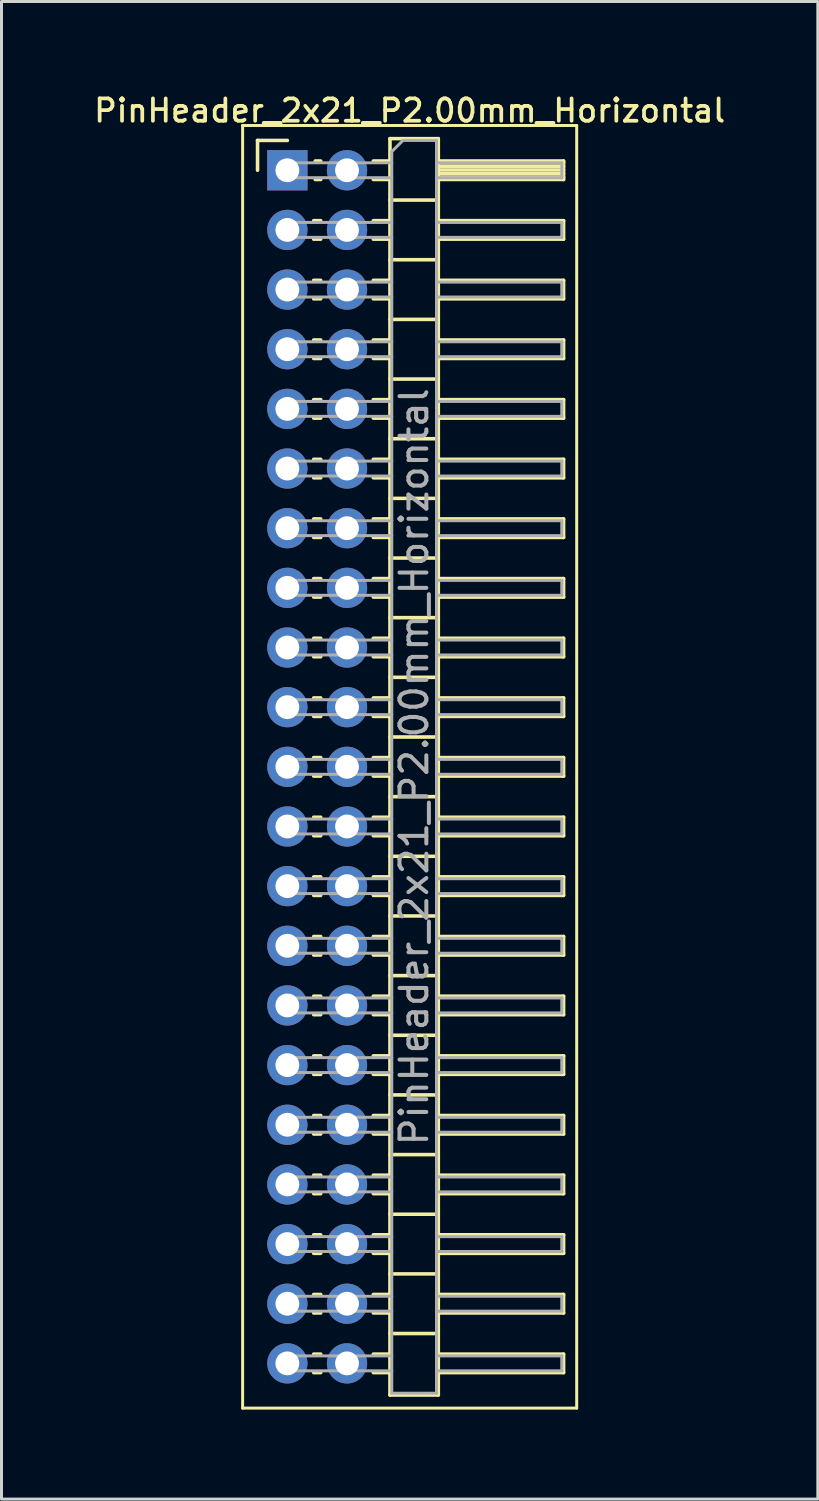
<source format=kicad_pcb>
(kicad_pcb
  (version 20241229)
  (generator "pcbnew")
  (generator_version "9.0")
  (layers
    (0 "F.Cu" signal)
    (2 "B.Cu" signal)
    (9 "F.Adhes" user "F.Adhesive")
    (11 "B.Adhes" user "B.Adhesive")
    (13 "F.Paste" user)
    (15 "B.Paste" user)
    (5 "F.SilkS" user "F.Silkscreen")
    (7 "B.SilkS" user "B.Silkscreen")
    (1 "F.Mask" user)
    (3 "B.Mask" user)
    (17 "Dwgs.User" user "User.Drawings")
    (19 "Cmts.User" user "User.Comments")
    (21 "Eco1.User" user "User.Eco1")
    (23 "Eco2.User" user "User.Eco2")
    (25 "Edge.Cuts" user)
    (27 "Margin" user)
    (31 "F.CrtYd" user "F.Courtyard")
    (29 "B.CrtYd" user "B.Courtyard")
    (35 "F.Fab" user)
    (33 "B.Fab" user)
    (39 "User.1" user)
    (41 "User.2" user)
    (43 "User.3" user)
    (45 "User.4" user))
  (footprint "PinHeader_2x21_P2.00mm_Horizontal"
    (layer "F.Cu")
    (at 6.584 2.658)
    (property "Reference" "PinHeader_2x21_P2.00mm_Horizontal" (at 4.1 -2 0) (layer "F.SilkS") (effects (font (size 0.75 0.75) (thickness 0.125))))
    (attr through_hole)
    (fp_line (start -1.5 -1.5) (end -1.5 41.5) (stroke (width 0.1) (type solid)) (layer "F.SilkS"))
    (fp_line (start -1.5 41.5) (end 9.7 41.5) (stroke (width 0.1) (type solid)) (layer "F.SilkS"))
    (fp_line (start -1 -1) (end 0 -1) (stroke (width 0.12) (type solid)) (layer "F.SilkS"))
    (fp_line (start -1 0) (end -1 -1) (stroke (width 0.12) (type solid)) (layer "F.SilkS"))
    (fp_line (start 0.882 1.69) (end 1.118 1.69) (stroke (width 0.12) (type solid)) (layer "F.SilkS"))
    (fp_line (start 0.882 2.31) (end 1.118 2.31) (stroke (width 0.12) (type solid)) (layer "F.SilkS"))
    (fp_line (start 0.882 3.69) (end 1.118 3.69) (stroke (width 0.12) (type solid)) (layer "F.SilkS"))
    (fp_line (start 0.882 4.31) (end 1.118 4.31) (stroke (width 0.12) (type solid)) (layer "F.SilkS"))
    (fp_line (start 0.882 5.69) (end 1.118 5.69) (stroke (width 0.12) (type solid)) (layer "F.SilkS"))
    (fp_line (start 0.882 6.31) (end 1.118 6.31) (stroke (width 0.12) (type solid)) (layer "F.SilkS"))
    (fp_line (start 0.882 7.69) (end 1.118 7.69) (stroke (width 0.12) (type solid)) (layer "F.SilkS"))
    (fp_line (start 0.882 8.31) (end 1.118 8.31) (stroke (width 0.12) (type solid)) (layer "F.SilkS"))
    (fp_line (start 0.882 9.69) (end 1.118 9.69) (stroke (width 0.12) (type solid)) (layer "F.SilkS"))
    (fp_line (start 0.882 10.31) (end 1.118 10.31) (stroke (width 0.12) (type solid)) (layer "F.SilkS"))
    (fp_line (start 0.882 11.69) (end 1.118 11.69) (stroke (width 0.12) (type solid)) (layer "F.SilkS"))
    (fp_line (start 0.882 12.31) (end 1.118 12.31) (stroke (width 0.12) (type solid)) (layer "F.SilkS"))
    (fp_line (start 0.882 13.69) (end 1.118 13.69) (stroke (width 0.12) (type solid)) (layer "F.SilkS"))
    (fp_line (start 0.882 14.31) (end 1.118 14.31) (stroke (width 0.12) (type solid)) (layer "F.SilkS"))
    (fp_line (start 0.882 15.69) (end 1.118 15.69) (stroke (width 0.12) (type solid)) (layer "F.SilkS"))
    (fp_line (start 0.882 16.31) (end 1.118 16.31) (stroke (width 0.12) (type solid)) (layer "F.SilkS"))
    (fp_line (start 0.882 17.69) (end 1.118 17.69) (stroke (width 0.12) (type solid)) (layer "F.SilkS"))
    (fp_line (start 0.882 18.31) (end 1.118 18.31) (stroke (width 0.12) (type solid)) (layer "F.SilkS"))
    (fp_line (start 0.882 19.69) (end 1.118 19.69) (stroke (width 0.12) (type solid)) (layer "F.SilkS"))
    (fp_line (start 0.882 20.31) (end 1.118 20.31) (stroke (width 0.12) (type solid)) (layer "F.SilkS"))
    (fp_line (start 0.882 21.69) (end 1.118 21.69) (stroke (width 0.12) (type solid)) (layer "F.SilkS"))
    (fp_line (start 0.882 22.31) (end 1.118 22.31) (stroke (width 0.12) (type solid)) (layer "F.SilkS"))
    (fp_line (start 0.882 23.69) (end 1.118 23.69) (stroke (width 0.12) (type solid)) (layer "F.SilkS"))
    (fp_line (start 0.882 24.31) (end 1.118 24.31) (stroke (width 0.12) (type solid)) (layer "F.SilkS"))
    (fp_line (start 0.882 25.69) (end 1.118 25.69) (stroke (width 0.12) (type solid)) (layer "F.SilkS"))
    (fp_line (start 0.882 26.31) (end 1.118 26.31) (stroke (width 0.12) (type solid)) (layer "F.SilkS"))
    (fp_line (start 0.882 27.69) (end 1.118 27.69) (stroke (width 0.12) (type solid)) (layer "F.SilkS"))
    (fp_line (start 0.882 28.31) (end 1.118 28.31) (stroke (width 0.12) (type solid)) (layer "F.SilkS"))
    (fp_line (start 0.882 29.69) (end 1.118 29.69) (stroke (width 0.12) (type solid)) (layer "F.SilkS"))
    (fp_line (start 0.882 30.31) (end 1.118 30.31) (stroke (width 0.12) (type solid)) (layer "F.SilkS"))
    (fp_line (start 0.882 31.69) (end 1.118 31.69) (stroke (width 0.12) (type solid)) (layer "F.SilkS"))
    (fp_line (start 0.882 32.31) (end 1.118 32.31) (stroke (width 0.12) (type solid)) (layer "F.SilkS"))
    (fp_line (start 0.882 33.69) (end 1.118 33.69) (stroke (width 0.12) (type solid)) (layer "F.SilkS"))
    (fp_line (start 0.882 34.31) (end 1.118 34.31) (stroke (width 0.12) (type solid)) (layer "F.SilkS"))
    (fp_line (start 0.882 35.69) (end 1.118 35.69) (stroke (width 0.12) (type solid)) (layer "F.SilkS"))
    (fp_line (start 0.882 36.31) (end 1.118 36.31) (stroke (width 0.12) (type solid)) (layer "F.SilkS"))
    (fp_line (start 0.882 37.69) (end 1.118 37.69) (stroke (width 0.12) (type solid)) (layer "F.SilkS"))
    (fp_line (start 0.882 38.31) (end 1.118 38.31) (stroke (width 0.12) (type solid)) (layer "F.SilkS"))
    (fp_line (start 0.882 39.69) (end 1.118 39.69) (stroke (width 0.12) (type solid)) (layer "F.SilkS"))
    (fp_line (start 0.882 40.31) (end 1.118 40.31) (stroke (width 0.12) (type solid)) (layer "F.SilkS"))
    (fp_line (start 0.935 -0.31) (end 1.118 -0.31) (stroke (width 0.12) (type solid)) (layer "F.SilkS"))
    (fp_line (start 0.935 0.31) (end 1.118 0.31) (stroke (width 0.12) (type solid)) (layer "F.SilkS"))
    (fp_line (start 2.882 -0.31) (end 3.44 -0.31) (stroke (width 0.12) (type solid)) (layer "F.SilkS"))
    (fp_line (start 2.882 0.31) (end 3.44 0.31) (stroke (width 0.12) (type solid)) (layer "F.SilkS"))
    (fp_line (start 2.882 1.69) (end 3.44 1.69) (stroke (width 0.12) (type solid)) (layer "F.SilkS"))
    (fp_line (start 2.882 2.31) (end 3.44 2.31) (stroke (width 0.12) (type solid)) (layer "F.SilkS"))
    (fp_line (start 2.882 3.69) (end 3.44 3.69) (stroke (width 0.12) (type solid)) (layer "F.SilkS"))
    (fp_line (start 2.882 4.31) (end 3.44 4.31) (stroke (width 0.12) (type solid)) (layer "F.SilkS"))
    (fp_line (start 2.882 5.69) (end 3.44 5.69) (stroke (width 0.12) (type solid)) (layer "F.SilkS"))
    (fp_line (start 2.882 6.31) (end 3.44 6.31) (stroke (width 0.12) (type solid)) (layer "F.SilkS"))
    (fp_line (start 2.882 7.69) (end 3.44 7.69) (stroke (width 0.12) (type solid)) (layer "F.SilkS"))
    (fp_line (start 2.882 8.31) (end 3.44 8.31) (stroke (width 0.12) (type solid)) (layer "F.SilkS"))
    (fp_line (start 2.882 9.69) (end 3.44 9.69) (stroke (width 0.12) (type solid)) (layer "F.SilkS"))
    (fp_line (start 2.882 10.31) (end 3.44 10.31) (stroke (width 0.12) (type solid)) (layer "F.SilkS"))
    (fp_line (start 2.882 11.69) (end 3.44 11.69) (stroke (width 0.12) (type solid)) (layer "F.SilkS"))
    (fp_line (start 2.882 12.31) (end 3.44 12.31) (stroke (width 0.12) (type solid)) (layer "F.SilkS"))
    (fp_line (start 2.882 13.69) (end 3.44 13.69) (stroke (width 0.12) (type solid)) (layer "F.SilkS"))
    (fp_line (start 2.882 14.31) (end 3.44 14.31) (stroke (width 0.12) (type solid)) (layer "F.SilkS"))
    (fp_line (start 2.882 15.69) (end 3.44 15.69) (stroke (width 0.12) (type solid)) (layer "F.SilkS"))
    (fp_line (start 2.882 16.31) (end 3.44 16.31) (stroke (width 0.12) (type solid)) (layer "F.SilkS"))
    (fp_line (start 2.882 17.69) (end 3.44 17.69) (stroke (width 0.12) (type solid)) (layer "F.SilkS"))
    (fp_line (start 2.882 18.31) (end 3.44 18.31) (stroke (width 0.12) (type solid)) (layer "F.SilkS"))
    (fp_line (start 2.882 19.69) (end 3.44 19.69) (stroke (width 0.12) (type solid)) (layer "F.SilkS"))
    (fp_line (start 2.882 20.31) (end 3.44 20.31) (stroke (width 0.12) (type solid)) (layer "F.SilkS"))
    (fp_line (start 2.882 21.69) (end 3.44 21.69) (stroke (width 0.12) (type solid)) (layer "F.SilkS"))
    (fp_line (start 2.882 22.31) (end 3.44 22.31) (stroke (width 0.12) (type solid)) (layer "F.SilkS"))
    (fp_line (start 2.882 23.69) (end 3.44 23.69) (stroke (width 0.12) (type solid)) (layer "F.SilkS"))
    (fp_line (start 2.882 24.31) (end 3.44 24.31) (stroke (width 0.12) (type solid)) (layer "F.SilkS"))
    (fp_line (start 2.882 25.69) (end 3.44 25.69) (stroke (width 0.12) (type solid)) (layer "F.SilkS"))
    (fp_line (start 2.882 26.31) (end 3.44 26.31) (stroke (width 0.12) (type solid)) (layer "F.SilkS"))
    (fp_line (start 2.882 27.69) (end 3.44 27.69) (stroke (width 0.12) (type solid)) (layer "F.SilkS"))
    (fp_line (start 2.882 28.31) (end 3.44 28.31) (stroke (width 0.12) (type solid)) (layer "F.SilkS"))
    (fp_line (start 2.882 29.69) (end 3.44 29.69) (stroke (width 0.12) (type solid)) (layer "F.SilkS"))
    (fp_line (start 2.882 30.31) (end 3.44 30.31) (stroke (width 0.12) (type solid)) (layer "F.SilkS"))
    (fp_line (start 2.882 31.69) (end 3.44 31.69) (stroke (width 0.12) (type solid)) (layer "F.SilkS"))
    (fp_line (start 2.882 32.31) (end 3.44 32.31) (stroke (width 0.12) (type solid)) (layer "F.SilkS"))
    (fp_line (start 2.882 33.69) (end 3.44 33.69) (stroke (width 0.12) (type solid)) (layer "F.SilkS"))
    (fp_line (start 2.882 34.31) (end 3.44 34.31) (stroke (width 0.12) (type solid)) (layer "F.SilkS"))
    (fp_line (start 2.882 35.69) (end 3.44 35.69) (stroke (width 0.12) (type solid)) (layer "F.SilkS"))
    (fp_line (start 2.882 36.31) (end 3.44 36.31) (stroke (width 0.12) (type solid)) (layer "F.SilkS"))
    (fp_line (start 2.882 37.69) (end 3.44 37.69) (stroke (width 0.12) (type solid)) (layer "F.SilkS"))
    (fp_line (start 2.882 38.31) (end 3.44 38.31) (stroke (width 0.12) (type solid)) (layer "F.SilkS"))
    (fp_line (start 2.882 39.69) (end 3.44 39.69) (stroke (width 0.12) (type solid)) (layer "F.SilkS"))
    (fp_line (start 2.882 40.31) (end 3.44 40.31) (stroke (width 0.12) (type solid)) (layer "F.SilkS"))
    (fp_line (start 3.44 -1.06) (end 3.44 41.06) (stroke (width 0.12) (type solid)) (layer "F.SilkS"))
    (fp_line (start 3.44 1) (end 5.06 1) (stroke (width 0.12) (type solid)) (layer "F.SilkS"))
    (fp_line (start 3.44 3) (end 5.06 3) (stroke (width 0.12) (type solid)) (layer "F.SilkS"))
    (fp_line (start 3.44 5) (end 5.06 5) (stroke (width 0.12) (type solid)) (layer "F.SilkS"))
    (fp_line (start 3.44 7) (end 5.06 7) (stroke (width 0.12) (type solid)) (layer "F.SilkS"))
    (fp_line (start 3.44 9) (end 5.06 9) (stroke (width 0.12) (type solid)) (layer "F.SilkS"))
    (fp_line (start 3.44 11) (end 5.06 11) (stroke (width 0.12) (type solid)) (layer "F.SilkS"))
    (fp_line (start 3.44 13) (end 5.06 13) (stroke (width 0.12) (type solid)) (layer "F.SilkS"))
    (fp_line (start 3.44 15) (end 5.06 15) (stroke (width 0.12) (type solid)) (layer "F.SilkS"))
    (fp_line (start 3.44 17) (end 5.06 17) (stroke (width 0.12) (type solid)) (layer "F.SilkS"))
    (fp_line (start 3.44 19) (end 5.06 19) (stroke (width 0.12) (type solid)) (layer "F.SilkS"))
    (fp_line (start 3.44 21) (end 5.06 21) (stroke (width 0.12) (type solid)) (layer "F.SilkS"))
    (fp_line (start 3.44 23) (end 5.06 23) (stroke (width 0.12) (type solid)) (layer "F.SilkS"))
    (fp_line (start 3.44 25) (end 5.06 25) (stroke (width 0.12) (type solid)) (layer "F.SilkS"))
    (fp_line (start 3.44 27) (end 5.06 27) (stroke (width 0.12) (type solid)) (layer "F.SilkS"))
    (fp_line (start 3.44 29) (end 5.06 29) (stroke (width 0.12) (type solid)) (layer "F.SilkS"))
    (fp_line (start 3.44 31) (end 5.06 31) (stroke (width 0.12) (type solid)) (layer "F.SilkS"))
    (fp_line (start 3.44 33) (end 5.06 33) (stroke (width 0.12) (type solid)) (layer "F.SilkS"))
    (fp_line (start 3.44 35) (end 5.06 35) (stroke (width 0.12) (type solid)) (layer "F.SilkS"))
    (fp_line (start 3.44 37) (end 5.06 37) (stroke (width 0.12) (type solid)) (layer "F.SilkS"))
    (fp_line (start 3.44 39) (end 5.06 39) (stroke (width 0.12) (type solid)) (layer "F.SilkS"))
    (fp_line (start 3.44 41.06) (end 5.06 41.06) (stroke (width 0.12) (type solid)) (layer "F.SilkS"))
    (fp_line (start 5.06 -1.06) (end 3.44 -1.06) (stroke (width 0.12) (type solid)) (layer "F.SilkS"))
    (fp_line (start 5.06 -0.31) (end 9.26 -0.31) (stroke (width 0.12) (type solid)) (layer "F.SilkS"))
    (fp_line (start 5.06 -0.25) (end 9.26 -0.25) (stroke (width 0.12) (type solid)) (layer "F.SilkS"))
    (fp_line (start 5.06 -0.13) (end 9.26 -0.13) (stroke (width 0.12) (type solid)) (layer "F.SilkS"))
    (fp_line (start 5.06 -0.01) (end 9.26 -0.01) (stroke (width 0.12) (type solid)) (layer "F.SilkS"))
    (fp_line (start 5.06 0.11) (end 9.26 0.11) (stroke (width 0.12) (type solid)) (layer "F.SilkS"))
    (fp_line (start 5.06 0.23) (end 9.26 0.23) (stroke (width 0.12) (type solid)) (layer "F.SilkS"))
    (fp_line (start 5.06 1.69) (end 9.26 1.69) (stroke (width 0.12) (type solid)) (layer "F.SilkS"))
    (fp_line (start 5.06 3.69) (end 9.26 3.69) (stroke (width 0.12) (type solid)) (layer "F.SilkS"))
    (fp_line (start 5.06 5.69) (end 9.26 5.69) (stroke (width 0.12) (type solid)) (layer "F.SilkS"))
    (fp_line (start 5.06 7.69) (end 9.26 7.69) (stroke (width 0.12) (type solid)) (layer "F.SilkS"))
    (fp_line (start 5.06 9.69) (end 9.26 9.69) (stroke (width 0.12) (type solid)) (layer "F.SilkS"))
    (fp_line (start 5.06 11.69) (end 9.26 11.69) (stroke (width 0.12) (type solid)) (layer "F.SilkS"))
    (fp_line (start 5.06 13.69) (end 9.26 13.69) (stroke (width 0.12) (type solid)) (layer "F.SilkS"))
    (fp_line (start 5.06 15.69) (end 9.26 15.69) (stroke (width 0.12) (type solid)) (layer "F.SilkS"))
    (fp_line (start 5.06 17.69) (end 9.26 17.69) (stroke (width 0.12) (type solid)) (layer "F.SilkS"))
    (fp_line (start 5.06 19.69) (end 9.26 19.69) (stroke (width 0.12) (type solid)) (layer "F.SilkS"))
    (fp_line (start 5.06 21.69) (end 9.26 21.69) (stroke (width 0.12) (type solid)) (layer "F.SilkS"))
    (fp_line (start 5.06 23.69) (end 9.26 23.69) (stroke (width 0.12) (type solid)) (layer "F.SilkS"))
    (fp_line (start 5.06 25.69) (end 9.26 25.69) (stroke (width 0.12) (type solid)) (layer "F.SilkS"))
    (fp_line (start 5.06 27.69) (end 9.26 27.69) (stroke (width 0.12) (type solid)) (layer "F.SilkS"))
    (fp_line (start 5.06 29.69) (end 9.26 29.69) (stroke (width 0.12) (type solid)) (layer "F.SilkS"))
    (fp_line (start 5.06 31.69) (end 9.26 31.69) (stroke (width 0.12) (type solid)) (layer "F.SilkS"))
    (fp_line (start 5.06 33.69) (end 9.26 33.69) (stroke (width 0.12) (type solid)) (layer "F.SilkS"))
    (fp_line (start 5.06 35.69) (end 9.26 35.69) (stroke (width 0.12) (type solid)) (layer "F.SilkS"))
    (fp_line (start 5.06 37.69) (end 9.26 37.69) (stroke (width 0.12) (type solid)) (layer "F.SilkS"))
    (fp_line (start 5.06 39.69) (end 9.26 39.69) (stroke (width 0.12) (type solid)) (layer "F.SilkS"))
    (fp_line (start 5.06 41.06) (end 5.06 -1.06) (stroke (width 0.12) (type solid)) (layer "F.SilkS"))
    (fp_line (start 9.26 -0.31) (end 9.26 0.31) (stroke (width 0.12) (type solid)) (layer "F.SilkS"))
    (fp_line (start 9.26 0.31) (end 5.06 0.31) (stroke (width 0.12) (type solid)) (layer "F.SilkS"))
    (fp_line (start 9.26 1.69) (end 9.26 2.31) (stroke (width 0.12) (type solid)) (layer "F.SilkS"))
    (fp_line (start 9.26 2.31) (end 5.06 2.31) (stroke (width 0.12) (type solid)) (layer "F.SilkS"))
    (fp_line (start 9.26 3.69) (end 9.26 4.31) (stroke (width 0.12) (type solid)) (layer "F.SilkS"))
    (fp_line (start 9.26 4.31) (end 5.06 4.31) (stroke (width 0.12) (type solid)) (layer "F.SilkS"))
    (fp_line (start 9.26 5.69) (end 9.26 6.31) (stroke (width 0.12) (type solid)) (layer "F.SilkS"))
    (fp_line (start 9.26 6.31) (end 5.06 6.31) (stroke (width 0.12) (type solid)) (layer "F.SilkS"))
    (fp_line (start 9.26 7.69) (end 9.26 8.31) (stroke (width 0.12) (type solid)) (layer "F.SilkS"))
    (fp_line (start 9.26 8.31) (end 5.06 8.31) (stroke (width 0.12) (type solid)) (layer "F.SilkS"))
    (fp_line (start 9.26 9.69) (end 9.26 10.31) (stroke (width 0.12) (type solid)) (layer "F.SilkS"))
    (fp_line (start 9.26 10.31) (end 5.06 10.31) (stroke (width 0.12) (type solid)) (layer "F.SilkS"))
    (fp_line (start 9.26 11.69) (end 9.26 12.31) (stroke (width 0.12) (type solid)) (layer "F.SilkS"))
    (fp_line (start 9.26 12.31) (end 5.06 12.31) (stroke (width 0.12) (type solid)) (layer "F.SilkS"))
    (fp_line (start 9.26 13.69) (end 9.26 14.31) (stroke (width 0.12) (type solid)) (layer "F.SilkS"))
    (fp_line (start 9.26 14.31) (end 5.06 14.31) (stroke (width 0.12) (type solid)) (layer "F.SilkS"))
    (fp_line (start 9.26 15.69) (end 9.26 16.31) (stroke (width 0.12) (type solid)) (layer "F.SilkS"))
    (fp_line (start 9.26 16.31) (end 5.06 16.31) (stroke (width 0.12) (type solid)) (layer "F.SilkS"))
    (fp_line (start 9.26 17.69) (end 9.26 18.31) (stroke (width 0.12) (type solid)) (layer "F.SilkS"))
    (fp_line (start 9.26 18.31) (end 5.06 18.31) (stroke (width 0.12) (type solid)) (layer "F.SilkS"))
    (fp_line (start 9.26 19.69) (end 9.26 20.31) (stroke (width 0.12) (type solid)) (layer "F.SilkS"))
    (fp_line (start 9.26 20.31) (end 5.06 20.31) (stroke (width 0.12) (type solid)) (layer "F.SilkS"))
    (fp_line (start 9.26 21.69) (end 9.26 22.31) (stroke (width 0.12) (type solid)) (layer "F.SilkS"))
    (fp_line (start 9.26 22.31) (end 5.06 22.31) (stroke (width 0.12) (type solid)) (layer "F.SilkS"))
    (fp_line (start 9.26 23.69) (end 9.26 24.31) (stroke (width 0.12) (type solid)) (layer "F.SilkS"))
    (fp_line (start 9.26 24.31) (end 5.06 24.31) (stroke (width 0.12) (type solid)) (layer "F.SilkS"))
    (fp_line (start 9.26 25.69) (end 9.26 26.31) (stroke (width 0.12) (type solid)) (layer "F.SilkS"))
    (fp_line (start 9.26 26.31) (end 5.06 26.31) (stroke (width 0.12) (type solid)) (layer "F.SilkS"))
    (fp_line (start 9.26 27.69) (end 9.26 28.31) (stroke (width 0.12) (type solid)) (layer "F.SilkS"))
    (fp_line (start 9.26 28.31) (end 5.06 28.31) (stroke (width 0.12) (type solid)) (layer "F.SilkS"))
    (fp_line (start 9.26 29.69) (end 9.26 30.31) (stroke (width 0.12) (type solid)) (layer "F.SilkS"))
    (fp_line (start 9.26 30.31) (end 5.06 30.31) (stroke (width 0.12) (type solid)) (layer "F.SilkS"))
    (fp_line (start 9.26 31.69) (end 9.26 32.31) (stroke (width 0.12) (type solid)) (layer "F.SilkS"))
    (fp_line (start 9.26 32.31) (end 5.06 32.31) (stroke (width 0.12) (type solid)) (layer "F.SilkS"))
    (fp_line (start 9.26 33.69) (end 9.26 34.31) (stroke (width 0.12) (type solid)) (layer "F.SilkS"))
    (fp_line (start 9.26 34.31) (end 5.06 34.31) (stroke (width 0.12) (type solid)) (layer "F.SilkS"))
    (fp_line (start 9.26 35.69) (end 9.26 36.31) (stroke (width 0.12) (type solid)) (layer "F.SilkS"))
    (fp_line (start 9.26 36.31) (end 5.06 36.31) (stroke (width 0.12) (type solid)) (layer "F.SilkS"))
    (fp_line (start 9.26 37.69) (end 9.26 38.31) (stroke (width 0.12) (type solid)) (layer "F.SilkS"))
    (fp_line (start 9.26 38.31) (end 5.06 38.31) (stroke (width 0.12) (type solid)) (layer "F.SilkS"))
    (fp_line (start 9.26 39.69) (end 9.26 40.31) (stroke (width 0.12) (type solid)) (layer "F.SilkS"))
    (fp_line (start 9.26 40.31) (end 5.06 40.31) (stroke (width 0.12) (type solid)) (layer "F.SilkS"))
    (fp_line (start 9.7 -1.5) (end -1.5 -1.5) (stroke (width 0.1) (type solid)) (layer "F.SilkS"))
    (fp_line (start 9.7 41.5) (end 9.7 -1.5) (stroke (width 0.1) (type solid)) (layer "F.SilkS"))
    (fp_line (start -0.25 -0.25) (end -0.25 0.25) (stroke (width 0.1) (type solid)) (layer "F.Fab"))
    (fp_line (start -0.25 -0.25) (end 3.5 -0.25) (stroke (width 0.1) (type solid)) (layer "F.Fab"))
    (fp_line (start -0.25 0.25) (end 3.5 0.25) (stroke (width 0.1) (type solid)) (layer "F.Fab"))
    (fp_line (start -0.25 1.75) (end -0.25 2.25) (stroke (width 0.1) (type solid)) (layer "F.Fab"))
    (fp_line (start -0.25 1.75) (end 3.5 1.75) (stroke (width 0.1) (type solid)) (layer "F.Fab"))
    (fp_line (start -0.25 2.25) (end 3.5 2.25) (stroke (width 0.1) (type solid)) (layer "F.Fab"))
    (fp_line (start -0.25 3.75) (end -0.25 4.25) (stroke (width 0.1) (type solid)) (layer "F.Fab"))
    (fp_line (start -0.25 3.75) (end 3.5 3.75) (stroke (width 0.1) (type solid)) (layer "F.Fab"))
    (fp_line (start -0.25 4.25) (end 3.5 4.25) (stroke (width 0.1) (type solid)) (layer "F.Fab"))
    (fp_line (start -0.25 5.75) (end -0.25 6.25) (stroke (width 0.1) (type solid)) (layer "F.Fab"))
    (fp_line (start -0.25 5.75) (end 3.5 5.75) (stroke (width 0.1) (type solid)) (layer "F.Fab"))
    (fp_line (start -0.25 6.25) (end 3.5 6.25) (stroke (width 0.1) (type solid)) (layer "F.Fab"))
    (fp_line (start -0.25 7.75) (end -0.25 8.25) (stroke (width 0.1) (type solid)) (layer "F.Fab"))
    (fp_line (start -0.25 7.75) (end 3.5 7.75) (stroke (width 0.1) (type solid)) (layer "F.Fab"))
    (fp_line (start -0.25 8.25) (end 3.5 8.25) (stroke (width 0.1) (type solid)) (layer "F.Fab"))
    (fp_line (start -0.25 9.75) (end -0.25 10.25) (stroke (width 0.1) (type solid)) (layer "F.Fab"))
    (fp_line (start -0.25 9.75) (end 3.5 9.75) (stroke (width 0.1) (type solid)) (layer "F.Fab"))
    (fp_line (start -0.25 10.25) (end 3.5 10.25) (stroke (width 0.1) (type solid)) (layer "F.Fab"))
    (fp_line (start -0.25 11.75) (end -0.25 12.25) (stroke (width 0.1) (type solid)) (layer "F.Fab"))
    (fp_line (start -0.25 11.75) (end 3.5 11.75) (stroke (width 0.1) (type solid)) (layer "F.Fab"))
    (fp_line (start -0.25 12.25) (end 3.5 12.25) (stroke (width 0.1) (type solid)) (layer "F.Fab"))
    (fp_line (start -0.25 13.75) (end -0.25 14.25) (stroke (width 0.1) (type solid)) (layer "F.Fab"))
    (fp_line (start -0.25 13.75) (end 3.5 13.75) (stroke (width 0.1) (type solid)) (layer "F.Fab"))
    (fp_line (start -0.25 14.25) (end 3.5 14.25) (stroke (width 0.1) (type solid)) (layer "F.Fab"))
    (fp_line (start -0.25 15.75) (end -0.25 16.25) (stroke (width 0.1) (type solid)) (layer "F.Fab"))
    (fp_line (start -0.25 15.75) (end 3.5 15.75) (stroke (width 0.1) (type solid)) (layer "F.Fab"))
    (fp_line (start -0.25 16.25) (end 3.5 16.25) (stroke (width 0.1) (type solid)) (layer "F.Fab"))
    (fp_line (start -0.25 17.75) (end -0.25 18.25) (stroke (width 0.1) (type solid)) (layer "F.Fab"))
    (fp_line (start -0.25 17.75) (end 3.5 17.75) (stroke (width 0.1) (type solid)) (layer "F.Fab"))
    (fp_line (start -0.25 18.25) (end 3.5 18.25) (stroke (width 0.1) (type solid)) (layer "F.Fab"))
    (fp_line (start -0.25 19.75) (end -0.25 20.25) (stroke (width 0.1) (type solid)) (layer "F.Fab"))
    (fp_line (start -0.25 19.75) (end 3.5 19.75) (stroke (width 0.1) (type solid)) (layer "F.Fab"))
    (fp_line (start -0.25 20.25) (end 3.5 20.25) (stroke (width 0.1) (type solid)) (layer "F.Fab"))
    (fp_line (start -0.25 21.75) (end -0.25 22.25) (stroke (width 0.1) (type solid)) (layer "F.Fab"))
    (fp_line (start -0.25 21.75) (end 3.5 21.75) (stroke (width 0.1) (type solid)) (layer "F.Fab"))
    (fp_line (start -0.25 22.25) (end 3.5 22.25) (stroke (width 0.1) (type solid)) (layer "F.Fab"))
    (fp_line (start -0.25 23.75) (end -0.25 24.25) (stroke (width 0.1) (type solid)) (layer "F.Fab"))
    (fp_line (start -0.25 23.75) (end 3.5 23.75) (stroke (width 0.1) (type solid)) (layer "F.Fab"))
    (fp_line (start -0.25 24.25) (end 3.5 24.25) (stroke (width 0.1) (type solid)) (layer "F.Fab"))
    (fp_line (start -0.25 25.75) (end -0.25 26.25) (stroke (width 0.1) (type solid)) (layer "F.Fab"))
    (fp_line (start -0.25 25.75) (end 3.5 25.75) (stroke (width 0.1) (type solid)) (layer "F.Fab"))
    (fp_line (start -0.25 26.25) (end 3.5 26.25) (stroke (width 0.1) (type solid)) (layer "F.Fab"))
    (fp_line (start -0.25 27.75) (end -0.25 28.25) (stroke (width 0.1) (type solid)) (layer "F.Fab"))
    (fp_line (start -0.25 27.75) (end 3.5 27.75) (stroke (width 0.1) (type solid)) (layer "F.Fab"))
    (fp_line (start -0.25 28.25) (end 3.5 28.25) (stroke (width 0.1) (type solid)) (layer "F.Fab"))
    (fp_line (start -0.25 29.75) (end -0.25 30.25) (stroke (width 0.1) (type solid)) (layer "F.Fab"))
    (fp_line (start -0.25 29.75) (end 3.5 29.75) (stroke (width 0.1) (type solid)) (layer "F.Fab"))
    (fp_line (start -0.25 30.25) (end 3.5 30.25) (stroke (width 0.1) (type solid)) (layer "F.Fab"))
    (fp_line (start -0.25 31.75) (end -0.25 32.25) (stroke (width 0.1) (type solid)) (layer "F.Fab"))
    (fp_line (start -0.25 31.75) (end 3.5 31.75) (stroke (width 0.1) (type solid)) (layer "F.Fab"))
    (fp_line (start -0.25 32.25) (end 3.5 32.25) (stroke (width 0.1) (type solid)) (layer "F.Fab"))
    (fp_line (start -0.25 33.75) (end -0.25 34.25) (stroke (width 0.1) (type solid)) (layer "F.Fab"))
    (fp_line (start -0.25 33.75) (end 3.5 33.75) (stroke (width 0.1) (type solid)) (layer "F.Fab"))
    (fp_line (start -0.25 34.25) (end 3.5 34.25) (stroke (width 0.1) (type solid)) (layer "F.Fab"))
    (fp_line (start -0.25 35.75) (end -0.25 36.25) (stroke (width 0.1) (type solid)) (layer "F.Fab"))
    (fp_line (start -0.25 35.75) (end 3.5 35.75) (stroke (width 0.1) (type solid)) (layer "F.Fab"))
    (fp_line (start -0.25 36.25) (end 3.5 36.25) (stroke (width 0.1) (type solid)) (layer "F.Fab"))
    (fp_line (start -0.25 37.75) (end -0.25 38.25) (stroke (width 0.1) (type solid)) (layer "F.Fab"))
    (fp_line (start -0.25 37.75) (end 3.5 37.75) (stroke (width 0.1) (type solid)) (layer "F.Fab"))
    (fp_line (start -0.25 38.25) (end 3.5 38.25) (stroke (width 0.1) (type solid)) (layer "F.Fab"))
    (fp_line (start -0.25 39.75) (end -0.25 40.25) (stroke (width 0.1) (type solid)) (layer "F.Fab"))
    (fp_line (start -0.25 39.75) (end 3.5 39.75) (stroke (width 0.1) (type solid)) (layer "F.Fab"))
    (fp_line (start -0.25 40.25) (end 3.5 40.25) (stroke (width 0.1) (type solid)) (layer "F.Fab"))
    (fp_line (start 3.5 -0.625) (end 3.875 -1) (stroke (width 0.1) (type solid)) (layer "F.Fab"))
    (fp_line (start 3.5 41) (end 3.5 -0.625) (stroke (width 0.1) (type solid)) (layer "F.Fab"))
    (fp_line (start 3.875 -1) (end 5 -1) (stroke (width 0.1) (type solid)) (layer "F.Fab"))
    (fp_line (start 5 -1) (end 5 41) (stroke (width 0.1) (type solid)) (layer "F.Fab"))
    (fp_line (start 5 -0.25) (end 9.2 -0.25) (stroke (width 0.1) (type solid)) (layer "F.Fab"))
    (fp_line (start 5 0.25) (end 9.2 0.25) (stroke (width 0.1) (type solid)) (layer "F.Fab"))
    (fp_line (start 5 1.75) (end 9.2 1.75) (stroke (width 0.1) (type solid)) (layer "F.Fab"))
    (fp_line (start 5 2.25) (end 9.2 2.25) (stroke (width 0.1) (type solid)) (layer "F.Fab"))
    (fp_line (start 5 3.75) (end 9.2 3.75) (stroke (width 0.1) (type solid)) (layer "F.Fab"))
    (fp_line (start 5 4.25) (end 9.2 4.25) (stroke (width 0.1) (type solid)) (layer "F.Fab"))
    (fp_line (start 5 5.75) (end 9.2 5.75) (stroke (width 0.1) (type solid)) (layer "F.Fab"))
    (fp_line (start 5 6.25) (end 9.2 6.25) (stroke (width 0.1) (type solid)) (layer "F.Fab"))
    (fp_line (start 5 7.75) (end 9.2 7.75) (stroke (width 0.1) (type solid)) (layer "F.Fab"))
    (fp_line (start 5 8.25) (end 9.2 8.25) (stroke (width 0.1) (type solid)) (layer "F.Fab"))
    (fp_line (start 5 9.75) (end 9.2 9.75) (stroke (width 0.1) (type solid)) (layer "F.Fab"))
    (fp_line (start 5 10.25) (end 9.2 10.25) (stroke (width 0.1) (type solid)) (layer "F.Fab"))
    (fp_line (start 5 11.75) (end 9.2 11.75) (stroke (width 0.1) (type solid)) (layer "F.Fab"))
    (fp_line (start 5 12.25) (end 9.2 12.25) (stroke (width 0.1) (type solid)) (layer "F.Fab"))
    (fp_line (start 5 13.75) (end 9.2 13.75) (stroke (width 0.1) (type solid)) (layer "F.Fab"))
    (fp_line (start 5 14.25) (end 9.2 14.25) (stroke (width 0.1) (type solid)) (layer "F.Fab"))
    (fp_line (start 5 15.75) (end 9.2 15.75) (stroke (width 0.1) (type solid)) (layer "F.Fab"))
    (fp_line (start 5 16.25) (end 9.2 16.25) (stroke (width 0.1) (type solid)) (layer "F.Fab"))
    (fp_line (start 5 17.75) (end 9.2 17.75) (stroke (width 0.1) (type solid)) (layer "F.Fab"))
    (fp_line (start 5 18.25) (end 9.2 18.25) (stroke (width 0.1) (type solid)) (layer "F.Fab"))
    (fp_line (start 5 19.75) (end 9.2 19.75) (stroke (width 0.1) (type solid)) (layer "F.Fab"))
    (fp_line (start 5 20.25) (end 9.2 20.25) (stroke (width 0.1) (type solid)) (layer "F.Fab"))
    (fp_line (start 5 21.75) (end 9.2 21.75) (stroke (width 0.1) (type solid)) (layer "F.Fab"))
    (fp_line (start 5 22.25) (end 9.2 22.25) (stroke (width 0.1) (type solid)) (layer "F.Fab"))
    (fp_line (start 5 23.75) (end 9.2 23.75) (stroke (width 0.1) (type solid)) (layer "F.Fab"))
    (fp_line (start 5 24.25) (end 9.2 24.25) (stroke (width 0.1) (type solid)) (layer "F.Fab"))
    (fp_line (start 5 25.75) (end 9.2 25.75) (stroke (width 0.1) (type solid)) (layer "F.Fab"))
    (fp_line (start 5 26.25) (end 9.2 26.25) (stroke (width 0.1) (type solid)) (layer "F.Fab"))
    (fp_line (start 5 27.75) (end 9.2 27.75) (stroke (width 0.1) (type solid)) (layer "F.Fab"))
    (fp_line (start 5 28.25) (end 9.2 28.25) (stroke (width 0.1) (type solid)) (layer "F.Fab"))
    (fp_line (start 5 29.75) (end 9.2 29.75) (stroke (width 0.1) (type solid)) (layer "F.Fab"))
    (fp_line (start 5 30.25) (end 9.2 30.25) (stroke (width 0.1) (type solid)) (layer "F.Fab"))
    (fp_line (start 5 31.75) (end 9.2 31.75) (stroke (width 0.1) (type solid)) (layer "F.Fab"))
    (fp_line (start 5 32.25) (end 9.2 32.25) (stroke (width 0.1) (type solid)) (layer "F.Fab"))
    (fp_line (start 5 33.75) (end 9.2 33.75) (stroke (width 0.1) (type solid)) (layer "F.Fab"))
    (fp_line (start 5 34.25) (end 9.2 34.25) (stroke (width 0.1) (type solid)) (layer "F.Fab"))
    (fp_line (start 5 35.75) (end 9.2 35.75) (stroke (width 0.1) (type solid)) (layer "F.Fab"))
    (fp_line (start 5 36.25) (end 9.2 36.25) (stroke (width 0.1) (type solid)) (layer "F.Fab"))
    (fp_line (start 5 37.75) (end 9.2 37.75) (stroke (width 0.1) (type solid)) (layer "F.Fab"))
    (fp_line (start 5 38.25) (end 9.2 38.25) (stroke (width 0.1) (type solid)) (layer "F.Fab"))
    (fp_line (start 5 39.75) (end 9.2 39.75) (stroke (width 0.1) (type solid)) (layer "F.Fab"))
    (fp_line (start 5 40.25) (end 9.2 40.25) (stroke (width 0.1) (type solid)) (layer "F.Fab"))
    (fp_line (start 5 41) (end 3.5 41) (stroke (width 0.1) (type solid)) (layer "F.Fab"))
    (fp_line (start 9.2 -0.25) (end 9.2 0.25) (stroke (width 0.1) (type solid)) (layer "F.Fab"))
    (fp_line (start 9.2 1.75) (end 9.2 2.25) (stroke (width 0.1) (type solid)) (layer "F.Fab"))
    (fp_line (start 9.2 3.75) (end 9.2 4.25) (stroke (width 0.1) (type solid)) (layer "F.Fab"))
    (fp_line (start 9.2 5.75) (end 9.2 6.25) (stroke (width 0.1) (type solid)) (layer "F.Fab"))
    (fp_line (start 9.2 7.75) (end 9.2 8.25) (stroke (width 0.1) (type solid)) (layer "F.Fab"))
    (fp_line (start 9.2 9.75) (end 9.2 10.25) (stroke (width 0.1) (type solid)) (layer "F.Fab"))
    (fp_line (start 9.2 11.75) (end 9.2 12.25) (stroke (width 0.1) (type solid)) (layer "F.Fab"))
    (fp_line (start 9.2 13.75) (end 9.2 14.25) (stroke (width 0.1) (type solid)) (layer "F.Fab"))
    (fp_line (start 9.2 15.75) (end 9.2 16.25) (stroke (width 0.1) (type solid)) (layer "F.Fab"))
    (fp_line (start 9.2 17.75) (end 9.2 18.25) (stroke (width 0.1) (type solid)) (layer "F.Fab"))
    (fp_line (start 9.2 19.75) (end 9.2 20.25) (stroke (width 0.1) (type solid)) (layer "F.Fab"))
    (fp_line (start 9.2 21.75) (end 9.2 22.25) (stroke (width 0.1) (type solid)) (layer "F.Fab"))
    (fp_line (start 9.2 23.75) (end 9.2 24.25) (stroke (width 0.1) (type solid)) (layer "F.Fab"))
    (fp_line (start 9.2 25.75) (end 9.2 26.25) (stroke (width 0.1) (type solid)) (layer "F.Fab"))
    (fp_line (start 9.2 27.75) (end 9.2 28.25) (stroke (width 0.1) (type solid)) (layer "F.Fab"))
    (fp_line (start 9.2 29.75) (end 9.2 30.25) (stroke (width 0.1) (type solid)) (layer "F.Fab"))
    (fp_line (start 9.2 31.75) (end 9.2 32.25) (stroke (width 0.1) (type solid)) (layer "F.Fab"))
    (fp_line (start 9.2 33.75) (end 9.2 34.25) (stroke (width 0.1) (type solid)) (layer "F.Fab"))
    (fp_line (start 9.2 35.75) (end 9.2 36.25) (stroke (width 0.1) (type solid)) (layer "F.Fab"))
    (fp_line (start 9.2 37.75) (end 9.2 38.25) (stroke (width 0.1) (type solid)) (layer "F.Fab"))
    (fp_line (start 9.2 39.75) (end 9.2 40.25) (stroke (width 0.1) (type solid)) (layer "F.Fab"))
    (fp_text user "${REFERENCE}" (at 4.25 20 90) (layer "F.Fab") (effects (font (size 0.9 0.9) (thickness 0.135))))
    (pad "1" thru_hole rect (at 0 0) (size 1.35 1.35) (drill 0.8) (layers "*.Cu" "*.Mask"))
    (pad "2" thru_hole oval (at 2 0) (size 1.35 1.35) (drill 0.8) (layers "*.Cu" "*.Mask"))
    (pad "3" thru_hole oval (at 0 2) (size 1.35 1.35) (drill 0.8) (layers "*.Cu" "*.Mask"))
    (pad "4" thru_hole oval (at 2 2) (size 1.35 1.35) (drill 0.8) (layers "*.Cu" "*.Mask"))
    (pad "5" thru_hole oval (at 0 4) (size 1.35 1.35) (drill 0.8) (layers "*.Cu" "*.Mask"))
    (pad "6" thru_hole oval (at 2 4) (size 1.35 1.35) (drill 0.8) (layers "*.Cu" "*.Mask"))
    (pad "7" thru_hole oval (at 0 6) (size 1.35 1.35) (drill 0.8) (layers "*.Cu" "*.Mask"))
    (pad "8" thru_hole oval (at 2 6) (size 1.35 1.35) (drill 0.8) (layers "*.Cu" "*.Mask"))
    (pad "9" thru_hole oval (at 0 8) (size 1.35 1.35) (drill 0.8) (layers "*.Cu" "*.Mask"))
    (pad "10" thru_hole oval (at 2 8) (size 1.35 1.35) (drill 0.8) (layers "*.Cu" "*.Mask"))
    (pad "11" thru_hole oval (at 0 10) (size 1.35 1.35) (drill 0.8) (layers "*.Cu" "*.Mask"))
    (pad "12" thru_hole oval (at 2 10) (size 1.35 1.35) (drill 0.8) (layers "*.Cu" "*.Mask"))
    (pad "13" thru_hole oval (at 0 12) (size 1.35 1.35) (drill 0.8) (layers "*.Cu" "*.Mask"))
    (pad "14" thru_hole oval (at 2 12) (size 1.35 1.35) (drill 0.8) (layers "*.Cu" "*.Mask"))
    (pad "15" thru_hole oval (at 0 14) (size 1.35 1.35) (drill 0.8) (layers "*.Cu" "*.Mask"))
    (pad "16" thru_hole oval (at 2 14) (size 1.35 1.35) (drill 0.8) (layers "*.Cu" "*.Mask"))
    (pad "17" thru_hole oval (at 0 16) (size 1.35 1.35) (drill 0.8) (layers "*.Cu" "*.Mask"))
    (pad "18" thru_hole oval (at 2 16) (size 1.35 1.35) (drill 0.8) (layers "*.Cu" "*.Mask"))
    (pad "19" thru_hole oval (at 0 18) (size 1.35 1.35) (drill 0.8) (layers "*.Cu" "*.Mask"))
    (pad "20" thru_hole oval (at 2 18) (size 1.35 1.35) (drill 0.8) (layers "*.Cu" "*.Mask"))
    (pad "21" thru_hole oval (at 0 20) (size 1.35 1.35) (drill 0.8) (layers "*.Cu" "*.Mask"))
    (pad "22" thru_hole oval (at 2 20) (size 1.35 1.35) (drill 0.8) (layers "*.Cu" "*.Mask"))
    (pad "23" thru_hole oval (at 0 22) (size 1.35 1.35) (drill 0.8) (layers "*.Cu" "*.Mask"))
    (pad "24" thru_hole oval (at 2 22) (size 1.35 1.35) (drill 0.8) (layers "*.Cu" "*.Mask"))
    (pad "25" thru_hole oval (at 0 24) (size 1.35 1.35) (drill 0.8) (layers "*.Cu" "*.Mask"))
    (pad "26" thru_hole oval (at 2 24) (size 1.35 1.35) (drill 0.8) (layers "*.Cu" "*.Mask"))
    (pad "27" thru_hole oval (at 0 26) (size 1.35 1.35) (drill 0.8) (layers "*.Cu" "*.Mask"))
    (pad "28" thru_hole oval (at 2 26) (size 1.35 1.35) (drill 0.8) (layers "*.Cu" "*.Mask"))
    (pad "29" thru_hole oval (at 0 28) (size 1.35 1.35) (drill 0.8) (layers "*.Cu" "*.Mask"))
    (pad "30" thru_hole oval (at 2 28) (size 1.35 1.35) (drill 0.8) (layers "*.Cu" "*.Mask"))
    (pad "31" thru_hole oval (at 0 30) (size 1.35 1.35) (drill 0.8) (layers "*.Cu" "*.Mask"))
    (pad "32" thru_hole oval (at 2 30) (size 1.35 1.35) (drill 0.8) (layers "*.Cu" "*.Mask"))
    (pad "33" thru_hole oval (at 0 32) (size 1.35 1.35) (drill 0.8) (layers "*.Cu" "*.Mask"))
    (pad "34" thru_hole oval (at 2 32) (size 1.35 1.35) (drill 0.8) (layers "*.Cu" "*.Mask"))
    (pad "35" thru_hole oval (at 0 34) (size 1.35 1.35) (drill 0.8) (layers "*.Cu" "*.Mask"))
    (pad "36" thru_hole oval (at 2 34) (size 1.35 1.35) (drill 0.8) (layers "*.Cu" "*.Mask"))
    (pad "37" thru_hole oval (at 0 36) (size 1.35 1.35) (drill 0.8) (layers "*.Cu" "*.Mask"))
    (pad "38" thru_hole oval (at 2 36) (size 1.35 1.35) (drill 0.8) (layers "*.Cu" "*.Mask"))
    (pad "39" thru_hole oval (at 0 38) (size 1.35 1.35) (drill 0.8) (layers "*.Cu" "*.Mask"))
    (pad "40" thru_hole oval (at 2 38) (size 1.35 1.35) (drill 0.8) (layers "*.Cu" "*.Mask"))
    (pad "41" thru_hole oval (at 0 40) (size 1.35 1.35) (drill 0.8) (layers "*.Cu" "*.Mask"))
    (pad "42" thru_hole oval (at 2 40) (size 1.35 1.35) (drill 0.8) (layers "*.Cu" "*.Mask")))
  (gr_rect
    (start -3 -3)
    (end 24.368 47.208)
    (stroke (width 0.1) (type default))
    (fill no)
    (layer "Edge.Cuts")))
</source>
